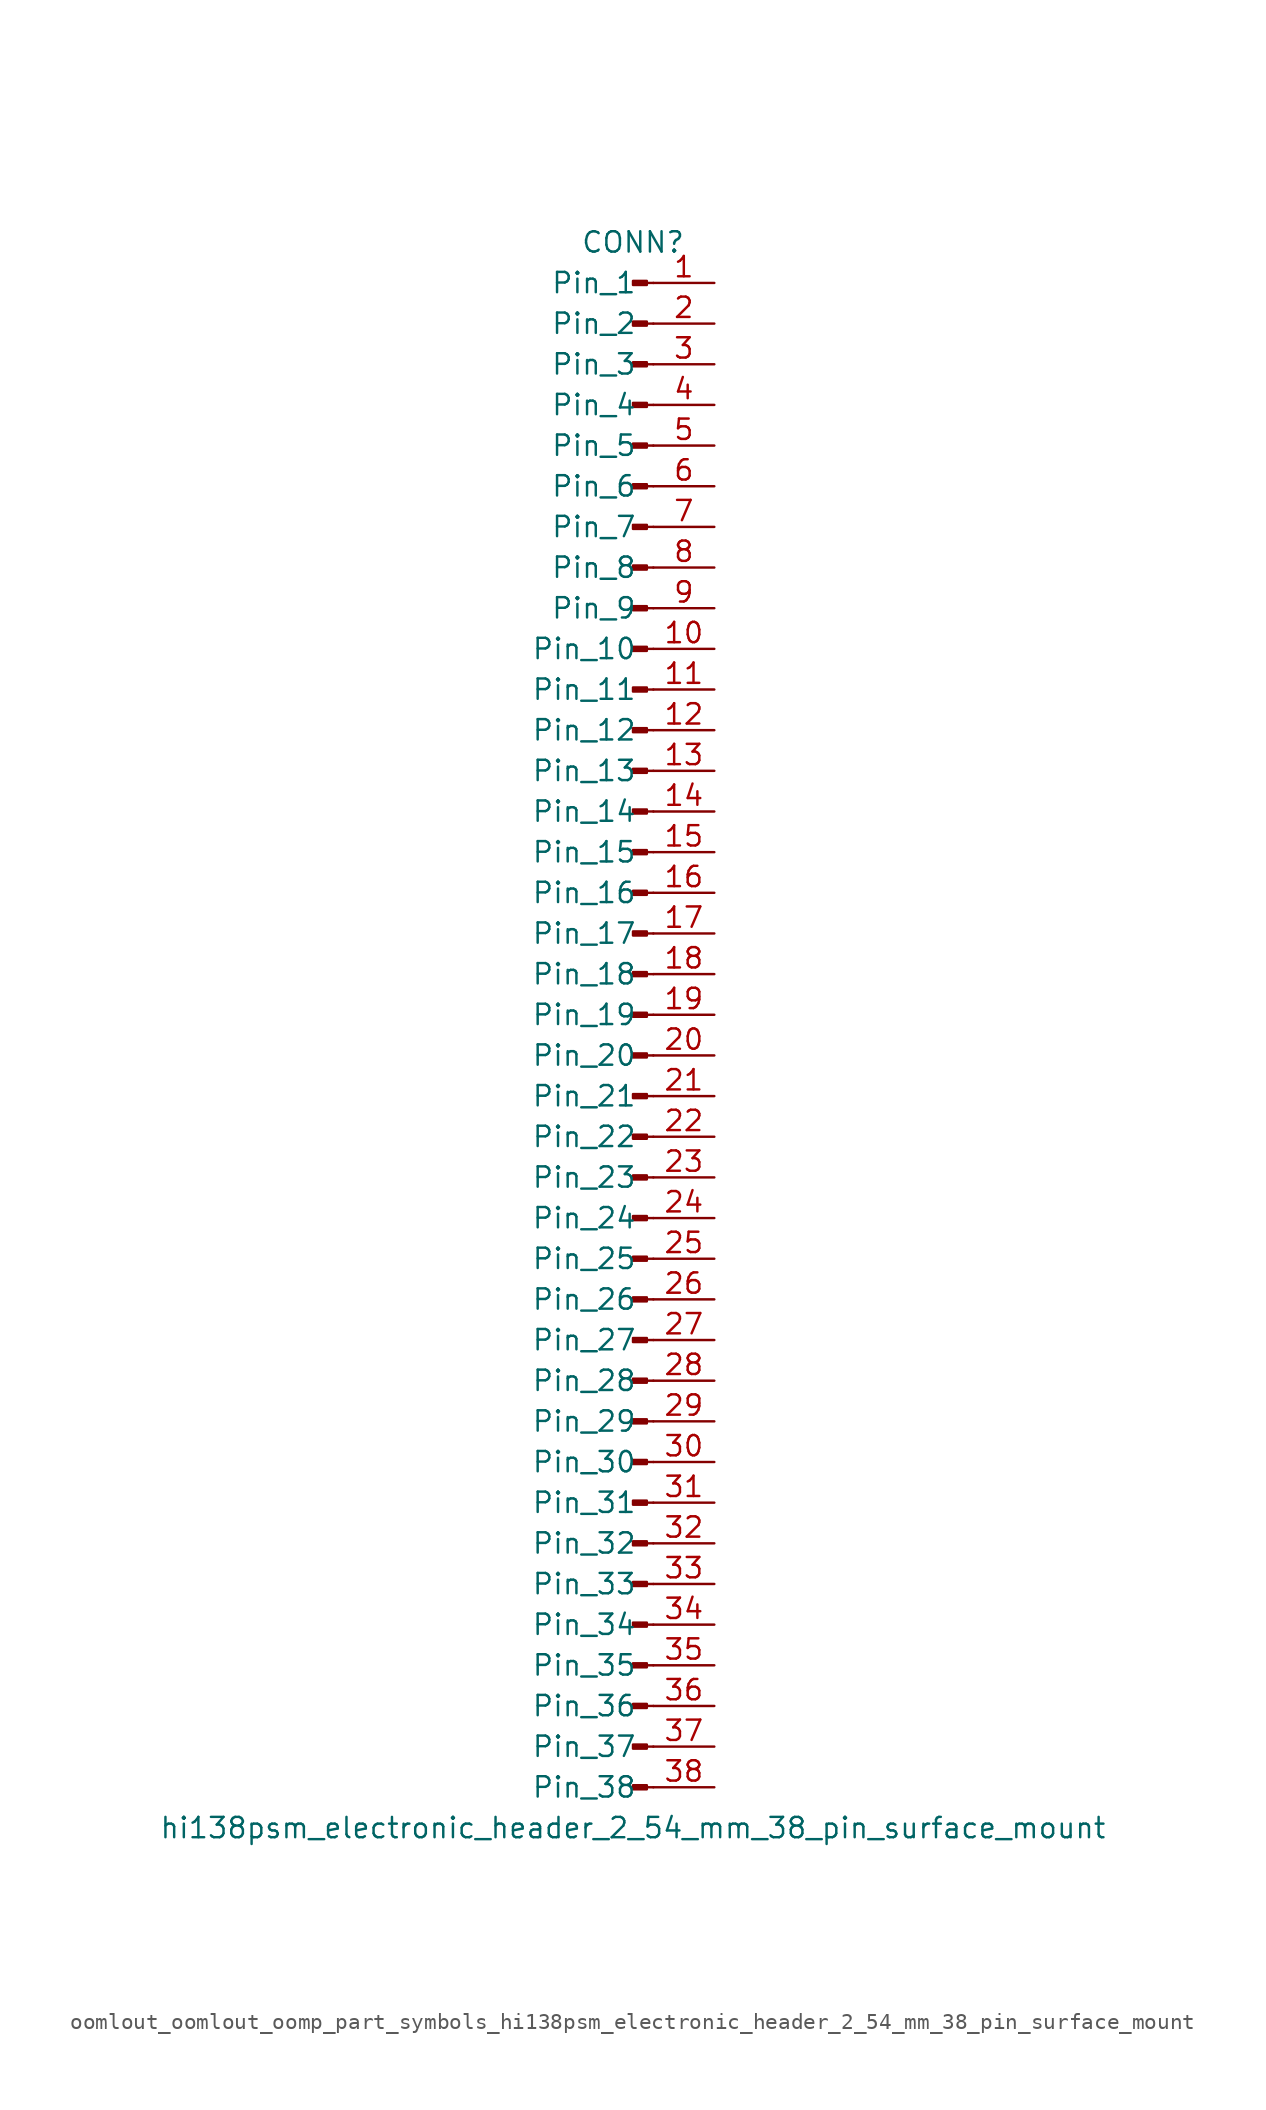
<source format=kicad_sym>
(kicad_symbol_lib
  (version 20220914)
  (generator kicad_symbol_editor)
  (symbol "oomlout_oomlout_oomp_part_symbols_hi138psm_electronic_header_2_54_mm_38_pin_surface_mount"
    (pin_names
      (offset 1.016))
    (property "Reference" "CONN"
      (at 0 48.26 0)
      (effects (font (size 1.27 1.27))))
    (property "Value" "hi138psm_electronic_header_2_54_mm_38_pin_surface_mount"
      (at 0 -50.8 0)
      (effects (font (size 1.27 1.27))))
    (property "ki_locked" ""
      (at 0 0 0)
      (effects (font (size 1.27 1.27))))
    (symbol "oomlout_oomlout_oomp_part_symbols_hi138psm_electronic_header_2_54_mm_38_pin_surface_mount_1_1"
      (polyline (pts (xy 1.27 -48.26) (xy 0.864 -48.26)) (stroke (width 0.152) (type default)) (fill (type none)))
      (polyline (pts (xy 1.27 -45.72) (xy 0.864 -45.72)) (stroke (width 0.152) (type default)) (fill (type none)))
      (polyline (pts (xy 1.27 -43.18) (xy 0.864 -43.18)) (stroke (width 0.152) (type default)) (fill (type none)))
      (polyline (pts (xy 1.27 -40.64) (xy 0.864 -40.64)) (stroke (width 0.152) (type default)) (fill (type none)))
      (polyline (pts (xy 1.27 -38.1) (xy 0.864 -38.1)) (stroke (width 0.152) (type default)) (fill (type none)))
      (polyline (pts (xy 1.27 -35.56) (xy 0.864 -35.56)) (stroke (width 0.152) (type default)) (fill (type none)))
      (polyline (pts (xy 1.27 -33.02) (xy 0.864 -33.02)) (stroke (width 0.152) (type default)) (fill (type none)))
      (polyline (pts (xy 1.27 -30.48) (xy 0.864 -30.48)) (stroke (width 0.152) (type default)) (fill (type none)))
      (polyline (pts (xy 1.27 -27.94) (xy 0.864 -27.94)) (stroke (width 0.152) (type default)) (fill (type none)))
      (polyline (pts (xy 1.27 -25.4) (xy 0.864 -25.4)) (stroke (width 0.152) (type default)) (fill (type none)))
      (polyline (pts (xy 1.27 -22.86) (xy 0.864 -22.86)) (stroke (width 0.152) (type default)) (fill (type none)))
      (polyline (pts (xy 1.27 -20.32) (xy 0.864 -20.32)) (stroke (width 0.152) (type default)) (fill (type none)))
      (polyline (pts (xy 1.27 -17.78) (xy 0.864 -17.78)) (stroke (width 0.152) (type default)) (fill (type none)))
      (polyline (pts (xy 1.27 -15.24) (xy 0.864 -15.24)) (stroke (width 0.152) (type default)) (fill (type none)))
      (polyline (pts (xy 1.27 -12.7) (xy 0.864 -12.7)) (stroke (width 0.152) (type default)) (fill (type none)))
      (polyline (pts (xy 1.27 -10.16) (xy 0.864 -10.16)) (stroke (width 0.152) (type default)) (fill (type none)))
      (polyline (pts (xy 1.27 -7.62) (xy 0.864 -7.62)) (stroke (width 0.152) (type default)) (fill (type none)))
      (polyline (pts (xy 1.27 -5.08) (xy 0.864 -5.08)) (stroke (width 0.152) (type default)) (fill (type none)))
      (polyline (pts (xy 1.27 -2.54) (xy 0.864 -2.54)) (stroke (width 0.152) (type default)) (fill (type none)))
      (polyline (pts (xy 1.27 0) (xy 0.864 0)) (stroke (width 0.152) (type default)) (fill (type none)))
      (polyline (pts (xy 1.27 2.54) (xy 0.864 2.54)) (stroke (width 0.152) (type default)) (fill (type none)))
      (polyline (pts (xy 1.27 5.08) (xy 0.864 5.08)) (stroke (width 0.152) (type default)) (fill (type none)))
      (polyline (pts (xy 1.27 7.62) (xy 0.864 7.62)) (stroke (width 0.152) (type default)) (fill (type none)))
      (polyline (pts (xy 1.27 10.16) (xy 0.864 10.16)) (stroke (width 0.152) (type default)) (fill (type none)))
      (polyline (pts (xy 1.27 12.7) (xy 0.864 12.7)) (stroke (width 0.152) (type default)) (fill (type none)))
      (polyline (pts (xy 1.27 15.24) (xy 0.864 15.24)) (stroke (width 0.152) (type default)) (fill (type none)))
      (polyline (pts (xy 1.27 17.78) (xy 0.864 17.78)) (stroke (width 0.152) (type default)) (fill (type none)))
      (polyline (pts (xy 1.27 20.32) (xy 0.864 20.32)) (stroke (width 0.152) (type default)) (fill (type none)))
      (polyline (pts (xy 1.27 22.86) (xy 0.864 22.86)) (stroke (width 0.152) (type default)) (fill (type none)))
      (polyline (pts (xy 1.27 25.4) (xy 0.864 25.4)) (stroke (width 0.152) (type default)) (fill (type none)))
      (polyline (pts (xy 1.27 27.94) (xy 0.864 27.94)) (stroke (width 0.152) (type default)) (fill (type none)))
      (polyline (pts (xy 1.27 30.48) (xy 0.864 30.48)) (stroke (width 0.152) (type default)) (fill (type none)))
      (polyline (pts (xy 1.27 33.02) (xy 0.864 33.02)) (stroke (width 0.152) (type default)) (fill (type none)))
      (polyline (pts (xy 1.27 35.56) (xy 0.864 35.56)) (stroke (width 0.152) (type default)) (fill (type none)))
      (polyline (pts (xy 1.27 38.1) (xy 0.864 38.1)) (stroke (width 0.152) (type default)) (fill (type none)))
      (polyline (pts (xy 1.27 40.64) (xy 0.864 40.64)) (stroke (width 0.152) (type default)) (fill (type none)))
      (polyline (pts (xy 1.27 43.18) (xy 0.864 43.18)) (stroke (width 0.152) (type default)) (fill (type none)))
      (polyline (pts (xy 1.27 45.72) (xy 0.864 45.72)) (stroke (width 0.152) (type default)) (fill (type none)))
      (rectangle (start 0.864 -48.133) (end 0 -48.387) (stroke (width 0.152) (type default)) (fill (type outline)))
      (rectangle (start 0.864 -45.593) (end 0 -45.847) (stroke (width 0.152) (type default)) (fill (type outline)))
      (rectangle (start 0.864 -43.053) (end 0 -43.307) (stroke (width 0.152) (type default)) (fill (type outline)))
      (rectangle (start 0.864 -40.513) (end 0 -40.767) (stroke (width 0.152) (type default)) (fill (type outline)))
      (rectangle (start 0.864 -37.973) (end 0 -38.227) (stroke (width 0.152) (type default)) (fill (type outline)))
      (rectangle (start 0.864 -35.433) (end 0 -35.687) (stroke (width 0.152) (type default)) (fill (type outline)))
      (rectangle (start 0.864 -32.893) (end 0 -33.147) (stroke (width 0.152) (type default)) (fill (type outline)))
      (rectangle (start 0.864 -30.353) (end 0 -30.607) (stroke (width 0.152) (type default)) (fill (type outline)))
      (rectangle (start 0.864 -27.813) (end 0 -28.067) (stroke (width 0.152) (type default)) (fill (type outline)))
      (rectangle (start 0.864 -25.273) (end 0 -25.527) (stroke (width 0.152) (type default)) (fill (type outline)))
      (rectangle (start 0.864 -22.733) (end 0 -22.987) (stroke (width 0.152) (type default)) (fill (type outline)))
      (rectangle (start 0.864 -20.193) (end 0 -20.447) (stroke (width 0.152) (type default)) (fill (type outline)))
      (rectangle (start 0.864 -17.653) (end 0 -17.907) (stroke (width 0.152) (type default)) (fill (type outline)))
      (rectangle (start 0.864 -15.113) (end 0 -15.367) (stroke (width 0.152) (type default)) (fill (type outline)))
      (rectangle (start 0.864 -12.573) (end 0 -12.827) (stroke (width 0.152) (type default)) (fill (type outline)))
      (rectangle (start 0.864 -10.033) (end 0 -10.287) (stroke (width 0.152) (type default)) (fill (type outline)))
      (rectangle (start 0.864 -7.493) (end 0 -7.747) (stroke (width 0.152) (type default)) (fill (type outline)))
      (rectangle (start 0.864 -4.953) (end 0 -5.207) (stroke (width 0.152) (type default)) (fill (type outline)))
      (rectangle (start 0.864 -2.413) (end 0 -2.667) (stroke (width 0.152) (type default)) (fill (type outline)))
      (rectangle (start 0.864 0.127) (end 0 -0.127) (stroke (width 0.152) (type default)) (fill (type outline)))
      (rectangle (start 0.864 2.667) (end 0 2.413) (stroke (width 0.152) (type default)) (fill (type outline)))
      (rectangle (start 0.864 5.207) (end 0 4.953) (stroke (width 0.152) (type default)) (fill (type outline)))
      (rectangle (start 0.864 7.747) (end 0 7.493) (stroke (width 0.152) (type default)) (fill (type outline)))
      (rectangle (start 0.864 10.287) (end 0 10.033) (stroke (width 0.152) (type default)) (fill (type outline)))
      (rectangle (start 0.864 12.827) (end 0 12.573) (stroke (width 0.152) (type default)) (fill (type outline)))
      (rectangle (start 0.864 15.367) (end 0 15.113) (stroke (width 0.152) (type default)) (fill (type outline)))
      (rectangle (start 0.864 17.907) (end 0 17.653) (stroke (width 0.152) (type default)) (fill (type outline)))
      (rectangle (start 0.864 20.447) (end 0 20.193) (stroke (width 0.152) (type default)) (fill (type outline)))
      (rectangle (start 0.864 22.987) (end 0 22.733) (stroke (width 0.152) (type default)) (fill (type outline)))
      (rectangle (start 0.864 25.527) (end 0 25.273) (stroke (width 0.152) (type default)) (fill (type outline)))
      (rectangle (start 0.864 28.067) (end 0 27.813) (stroke (width 0.152) (type default)) (fill (type outline)))
      (rectangle (start 0.864 30.607) (end 0 30.353) (stroke (width 0.152) (type default)) (fill (type outline)))
      (rectangle (start 0.864 33.147) (end 0 32.893) (stroke (width 0.152) (type default)) (fill (type outline)))
      (rectangle (start 0.864 35.687) (end 0 35.433) (stroke (width 0.152) (type default)) (fill (type outline)))
      (rectangle (start 0.864 38.227) (end 0 37.973) (stroke (width 0.152) (type default)) (fill (type outline)))
      (rectangle (start 0.864 40.767) (end 0 40.513) (stroke (width 0.152) (type default)) (fill (type outline)))
      (rectangle (start 0.864 43.307) (end 0 43.053) (stroke (width 0.152) (type default)) (fill (type outline)))
      (rectangle (start 0.864 45.847) (end 0 45.593) (stroke (width 0.152) (type default)) (fill (type outline)))
      (pin passive line (at 5.08 45.72 180) (length 3.81) (name "Pin_1" (effects (font (size 1.27 1.27)))) (number "1" (effects (font (size 1.27 1.27)))))
      (pin passive line (at 5.08 22.86 180) (length 3.81) (name "Pin_10" (effects (font (size 1.27 1.27)))) (number "10" (effects (font (size 1.27 1.27)))))
      (pin passive line (at 5.08 20.32 180) (length 3.81) (name "Pin_11" (effects (font (size 1.27 1.27)))) (number "11" (effects (font (size 1.27 1.27)))))
      (pin passive line (at 5.08 17.78 180) (length 3.81) (name "Pin_12" (effects (font (size 1.27 1.27)))) (number "12" (effects (font (size 1.27 1.27)))))
      (pin passive line (at 5.08 15.24 180) (length 3.81) (name "Pin_13" (effects (font (size 1.27 1.27)))) (number "13" (effects (font (size 1.27 1.27)))))
      (pin passive line (at 5.08 12.7 180) (length 3.81) (name "Pin_14" (effects (font (size 1.27 1.27)))) (number "14" (effects (font (size 1.27 1.27)))))
      (pin passive line (at 5.08 10.16 180) (length 3.81) (name "Pin_15" (effects (font (size 1.27 1.27)))) (number "15" (effects (font (size 1.27 1.27)))))
      (pin passive line (at 5.08 7.62 180) (length 3.81) (name "Pin_16" (effects (font (size 1.27 1.27)))) (number "16" (effects (font (size 1.27 1.27)))))
      (pin passive line (at 5.08 5.08 180) (length 3.81) (name "Pin_17" (effects (font (size 1.27 1.27)))) (number "17" (effects (font (size 1.27 1.27)))))
      (pin passive line (at 5.08 2.54 180) (length 3.81) (name "Pin_18" (effects (font (size 1.27 1.27)))) (number "18" (effects (font (size 1.27 1.27)))))
      (pin passive line (at 5.08 0 180) (length 3.81) (name "Pin_19" (effects (font (size 1.27 1.27)))) (number "19" (effects (font (size 1.27 1.27)))))
      (pin passive line (at 5.08 43.18 180) (length 3.81) (name "Pin_2" (effects (font (size 1.27 1.27)))) (number "2" (effects (font (size 1.27 1.27)))))
      (pin passive line (at 5.08 -2.54 180) (length 3.81) (name "Pin_20" (effects (font (size 1.27 1.27)))) (number "20" (effects (font (size 1.27 1.27)))))
      (pin passive line (at 5.08 -5.08 180) (length 3.81) (name "Pin_21" (effects (font (size 1.27 1.27)))) (number "21" (effects (font (size 1.27 1.27)))))
      (pin passive line (at 5.08 -7.62 180) (length 3.81) (name "Pin_22" (effects (font (size 1.27 1.27)))) (number "22" (effects (font (size 1.27 1.27)))))
      (pin passive line (at 5.08 -10.16 180) (length 3.81) (name "Pin_23" (effects (font (size 1.27 1.27)))) (number "23" (effects (font (size 1.27 1.27)))))
      (pin passive line (at 5.08 -12.7 180) (length 3.81) (name "Pin_24" (effects (font (size 1.27 1.27)))) (number "24" (effects (font (size 1.27 1.27)))))
      (pin passive line (at 5.08 -15.24 180) (length 3.81) (name "Pin_25" (effects (font (size 1.27 1.27)))) (number "25" (effects (font (size 1.27 1.27)))))
      (pin passive line (at 5.08 -17.78 180) (length 3.81) (name "Pin_26" (effects (font (size 1.27 1.27)))) (number "26" (effects (font (size 1.27 1.27)))))
      (pin passive line (at 5.08 -20.32 180) (length 3.81) (name "Pin_27" (effects (font (size 1.27 1.27)))) (number "27" (effects (font (size 1.27 1.27)))))
      (pin passive line (at 5.08 -22.86 180) (length 3.81) (name "Pin_28" (effects (font (size 1.27 1.27)))) (number "28" (effects (font (size 1.27 1.27)))))
      (pin passive line (at 5.08 -25.4 180) (length 3.81) (name "Pin_29" (effects (font (size 1.27 1.27)))) (number "29" (effects (font (size 1.27 1.27)))))
      (pin passive line (at 5.08 40.64 180) (length 3.81) (name "Pin_3" (effects (font (size 1.27 1.27)))) (number "3" (effects (font (size 1.27 1.27)))))
      (pin passive line (at 5.08 -27.94 180) (length 3.81) (name "Pin_30" (effects (font (size 1.27 1.27)))) (number "30" (effects (font (size 1.27 1.27)))))
      (pin passive line (at 5.08 -30.48 180) (length 3.81) (name "Pin_31" (effects (font (size 1.27 1.27)))) (number "31" (effects (font (size 1.27 1.27)))))
      (pin passive line (at 5.08 -33.02 180) (length 3.81) (name "Pin_32" (effects (font (size 1.27 1.27)))) (number "32" (effects (font (size 1.27 1.27)))))
      (pin passive line (at 5.08 -35.56 180) (length 3.81) (name "Pin_33" (effects (font (size 1.27 1.27)))) (number "33" (effects (font (size 1.27 1.27)))))
      (pin passive line (at 5.08 -38.1 180) (length 3.81) (name "Pin_34" (effects (font (size 1.27 1.27)))) (number "34" (effects (font (size 1.27 1.27)))))
      (pin passive line (at 5.08 -40.64 180) (length 3.81) (name "Pin_35" (effects (font (size 1.27 1.27)))) (number "35" (effects (font (size 1.27 1.27)))))
      (pin passive line (at 5.08 -43.18 180) (length 3.81) (name "Pin_36" (effects (font (size 1.27 1.27)))) (number "36" (effects (font (size 1.27 1.27)))))
      (pin passive line (at 5.08 -45.72 180) (length 3.81) (name "Pin_37" (effects (font (size 1.27 1.27)))) (number "37" (effects (font (size 1.27 1.27)))))
      (pin passive line (at 5.08 -48.26 180) (length 3.81) (name "Pin_38" (effects (font (size 1.27 1.27)))) (number "38" (effects (font (size 1.27 1.27)))))
      (pin passive line (at 5.08 38.1 180) (length 3.81) (name "Pin_4" (effects (font (size 1.27 1.27)))) (number "4" (effects (font (size 1.27 1.27)))))
      (pin passive line (at 5.08 35.56 180) (length 3.81) (name "Pin_5" (effects (font (size 1.27 1.27)))) (number "5" (effects (font (size 1.27 1.27)))))
      (pin passive line (at 5.08 33.02 180) (length 3.81) (name "Pin_6" (effects (font (size 1.27 1.27)))) (number "6" (effects (font (size 1.27 1.27)))))
      (pin passive line (at 5.08 30.48 180) (length 3.81) (name "Pin_7" (effects (font (size 1.27 1.27)))) (number "7" (effects (font (size 1.27 1.27)))))
      (pin passive line (at 5.08 27.94 180) (length 3.81) (name "Pin_8" (effects (font (size 1.27 1.27)))) (number "8" (effects (font (size 1.27 1.27)))))
      (pin passive line (at 5.08 25.4 180) (length 3.81) (name "Pin_9" (effects (font (size 1.27 1.27)))) (number "9" (effects (font (size 1.27 1.27))))))))
</source>
